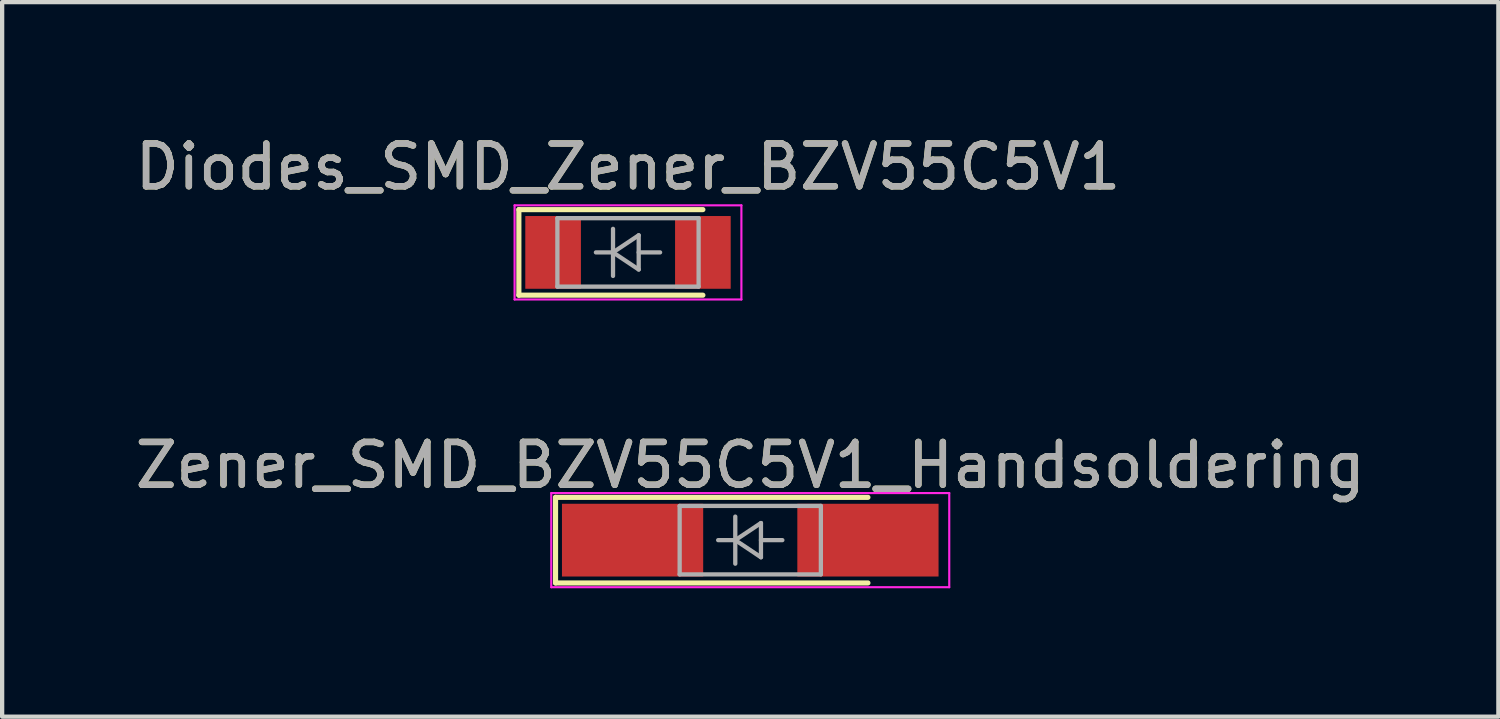
<source format=kicad_pcb>
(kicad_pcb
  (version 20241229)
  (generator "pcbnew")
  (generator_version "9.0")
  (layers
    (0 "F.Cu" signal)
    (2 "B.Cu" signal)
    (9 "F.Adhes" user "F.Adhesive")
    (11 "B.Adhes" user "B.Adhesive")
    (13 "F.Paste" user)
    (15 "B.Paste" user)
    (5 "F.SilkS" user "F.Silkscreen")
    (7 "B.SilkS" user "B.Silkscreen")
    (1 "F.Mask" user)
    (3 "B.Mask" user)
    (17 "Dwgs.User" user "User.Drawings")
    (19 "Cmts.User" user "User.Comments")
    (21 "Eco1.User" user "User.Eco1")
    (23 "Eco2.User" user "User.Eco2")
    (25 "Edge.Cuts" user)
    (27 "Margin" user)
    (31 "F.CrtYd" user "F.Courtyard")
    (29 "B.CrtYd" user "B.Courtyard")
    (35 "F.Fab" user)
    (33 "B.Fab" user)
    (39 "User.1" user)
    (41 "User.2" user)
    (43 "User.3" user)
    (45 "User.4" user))
  (footprint "Diodes_SMD_Zener_BZV55C5V1"
    (layer "F.Cu")
    (at 11.625 2.848)
    (property "Reference" "Diodes_SMD_Zener_BZV55C5V1" (at 0 -2 0) (layer "F.SilkS") (effects (font (size 1 1) (thickness 0.15))))
    (attr smd)
    (fp_line (start -2.55 -1) (end -2.55 1) (stroke (width 0.12) (type solid)) (layer "F.SilkS"))
    (fp_line (start -2.55 1) (end 1.75 1) (stroke (width 0.12) (type solid)) (layer "F.SilkS"))
    (fp_line (start 1.75 -1) (end -2.55 -1) (stroke (width 0.12) (type solid)) (layer "F.SilkS"))
    (fp_line (start -2.65 -1.1) (end 2.65 -1.1) (stroke (width 0.05) (type solid)) (layer "F.CrtYd"))
    (fp_line (start -2.65 1.1) (end -2.65 -1.1) (stroke (width 0.05) (type solid)) (layer "F.CrtYd"))
    (fp_line (start 2.65 -1.1) (end 2.65 1.1) (stroke (width 0.05) (type solid)) (layer "F.CrtYd"))
    (fp_line (start 2.65 1.1) (end -2.65 1.1) (stroke (width 0.05) (type solid)) (layer "F.CrtYd"))
    (fp_line (start -1.65 -0.8) (end 1.65 -0.8) (stroke (width 0.1) (type solid)) (layer "F.Fab"))
    (fp_line (start -1.65 0.8) (end -1.65 -0.8) (stroke (width 0.1) (type solid)) (layer "F.Fab"))
    (fp_line (start -0.75 0) (end -0.35 0) (stroke (width 0.1) (type solid)) (layer "F.Fab"))
    (fp_line (start -0.35 0) (end -0.35 -0.55) (stroke (width 0.1) (type solid)) (layer "F.Fab"))
    (fp_line (start -0.35 0) (end -0.35 0.55) (stroke (width 0.1) (type solid)) (layer "F.Fab"))
    (fp_line (start -0.35 0) (end 0.25 -0.4) (stroke (width 0.1) (type solid)) (layer "F.Fab"))
    (fp_line (start 0.25 -0.4) (end 0.25 0.4) (stroke (width 0.1) (type solid)) (layer "F.Fab"))
    (fp_line (start 0.25 0) (end 0.75 0) (stroke (width 0.1) (type solid)) (layer "F.Fab"))
    (fp_line (start 0.25 0.4) (end -0.35 0) (stroke (width 0.1) (type solid)) (layer "F.Fab"))
    (fp_line (start 1.65 -0.8) (end 1.65 0.8) (stroke (width 0.1) (type solid)) (layer "F.Fab"))
    (fp_line (start 1.65 0.8) (end -1.65 0.8) (stroke (width 0.1) (type solid)) (layer "F.Fab"))
    (fp_text user "${REFERENCE}" (at 0 -2 0) (layer "F.Fab") (effects (font (size 1 1) (thickness 0.15))))
    (pad "1" smd rect (at -1.75 0) (size 1.3 1.7) (layers "F.Cu" "F.Mask" "F.Paste"))
    (pad "2" smd rect (at 1.75 0) (size 1.3 1.7) (layers "F.Cu" "F.Mask" "F.Paste")))
  (footprint "Zener_SMD_BZV55C5V1_Handsoldering"
    (layer "F.Cu")
    (at 14.482 9.572)
    (property "Reference" "Zener_SMD_BZV55C5V1_Handsoldering" (at 0 -1.75 0) (layer "F.SilkS") (effects (font (size 1 1) (thickness 0.15))))
    (attr smd)
    (fp_line (start -4.55 -1) (end -4.55 1) (stroke (width 0.12) (type solid)) (layer "F.SilkS"))
    (fp_line (start -4.55 1) (end 2.75 1) (stroke (width 0.12) (type solid)) (layer "F.SilkS"))
    (fp_line (start 2.75 -1) (end -4.55 -1) (stroke (width 0.12) (type solid)) (layer "F.SilkS"))
    (fp_line (start -4.65 -1.1) (end 4.65 -1.1) (stroke (width 0.05) (type solid)) (layer "F.CrtYd"))
    (fp_line (start -4.65 1.1) (end -4.65 -1.1) (stroke (width 0.05) (type solid)) (layer "F.CrtYd"))
    (fp_line (start 4.65 -1.1) (end 4.65 1.1) (stroke (width 0.05) (type solid)) (layer "F.CrtYd"))
    (fp_line (start 4.65 1.1) (end -4.65 1.1) (stroke (width 0.05) (type solid)) (layer "F.CrtYd"))
    (fp_line (start -1.65 -0.8) (end 1.65 -0.8) (stroke (width 0.1) (type solid)) (layer "F.Fab"))
    (fp_line (start -1.65 0.8) (end -1.65 -0.8) (stroke (width 0.1) (type solid)) (layer "F.Fab"))
    (fp_line (start -0.75 0) (end -0.35 0) (stroke (width 0.1) (type solid)) (layer "F.Fab"))
    (fp_line (start -0.35 0) (end -0.35 -0.55) (stroke (width 0.1) (type solid)) (layer "F.Fab"))
    (fp_line (start -0.35 0) (end -0.35 0.55) (stroke (width 0.1) (type solid)) (layer "F.Fab"))
    (fp_line (start -0.35 0) (end 0.25 -0.4) (stroke (width 0.1) (type solid)) (layer "F.Fab"))
    (fp_line (start 0.25 -0.4) (end 0.25 0.4) (stroke (width 0.1) (type solid)) (layer "F.Fab"))
    (fp_line (start 0.25 0) (end 0.75 0) (stroke (width 0.1) (type solid)) (layer "F.Fab"))
    (fp_line (start 0.25 0.4) (end -0.35 0) (stroke (width 0.1) (type solid)) (layer "F.Fab"))
    (fp_line (start 1.65 -0.8) (end 1.65 0.8) (stroke (width 0.1) (type solid)) (layer "F.Fab"))
    (fp_line (start 1.65 0.8) (end -1.65 0.8) (stroke (width 0.1) (type solid)) (layer "F.Fab"))
    (fp_text user "${REFERENCE}" (at 0 -1.75 0) (layer "F.Fab") (effects (font (size 1 1) (thickness 0.15))))
    (pad "1" smd rect (at -2.75 0) (size 3.3 1.7) (layers "F.Cu" "F.Mask" "F.Paste"))
    (pad "2" smd rect (at 2.75 0) (size 3.3 1.7) (layers "F.Cu" "F.Mask" "F.Paste")))
  (gr_rect
    (start -3 -3)
    (end 31.964 13.697)
    (stroke (width 0.1) (type default))
    (fill no)
    (layer "Edge.Cuts")))
</source>
